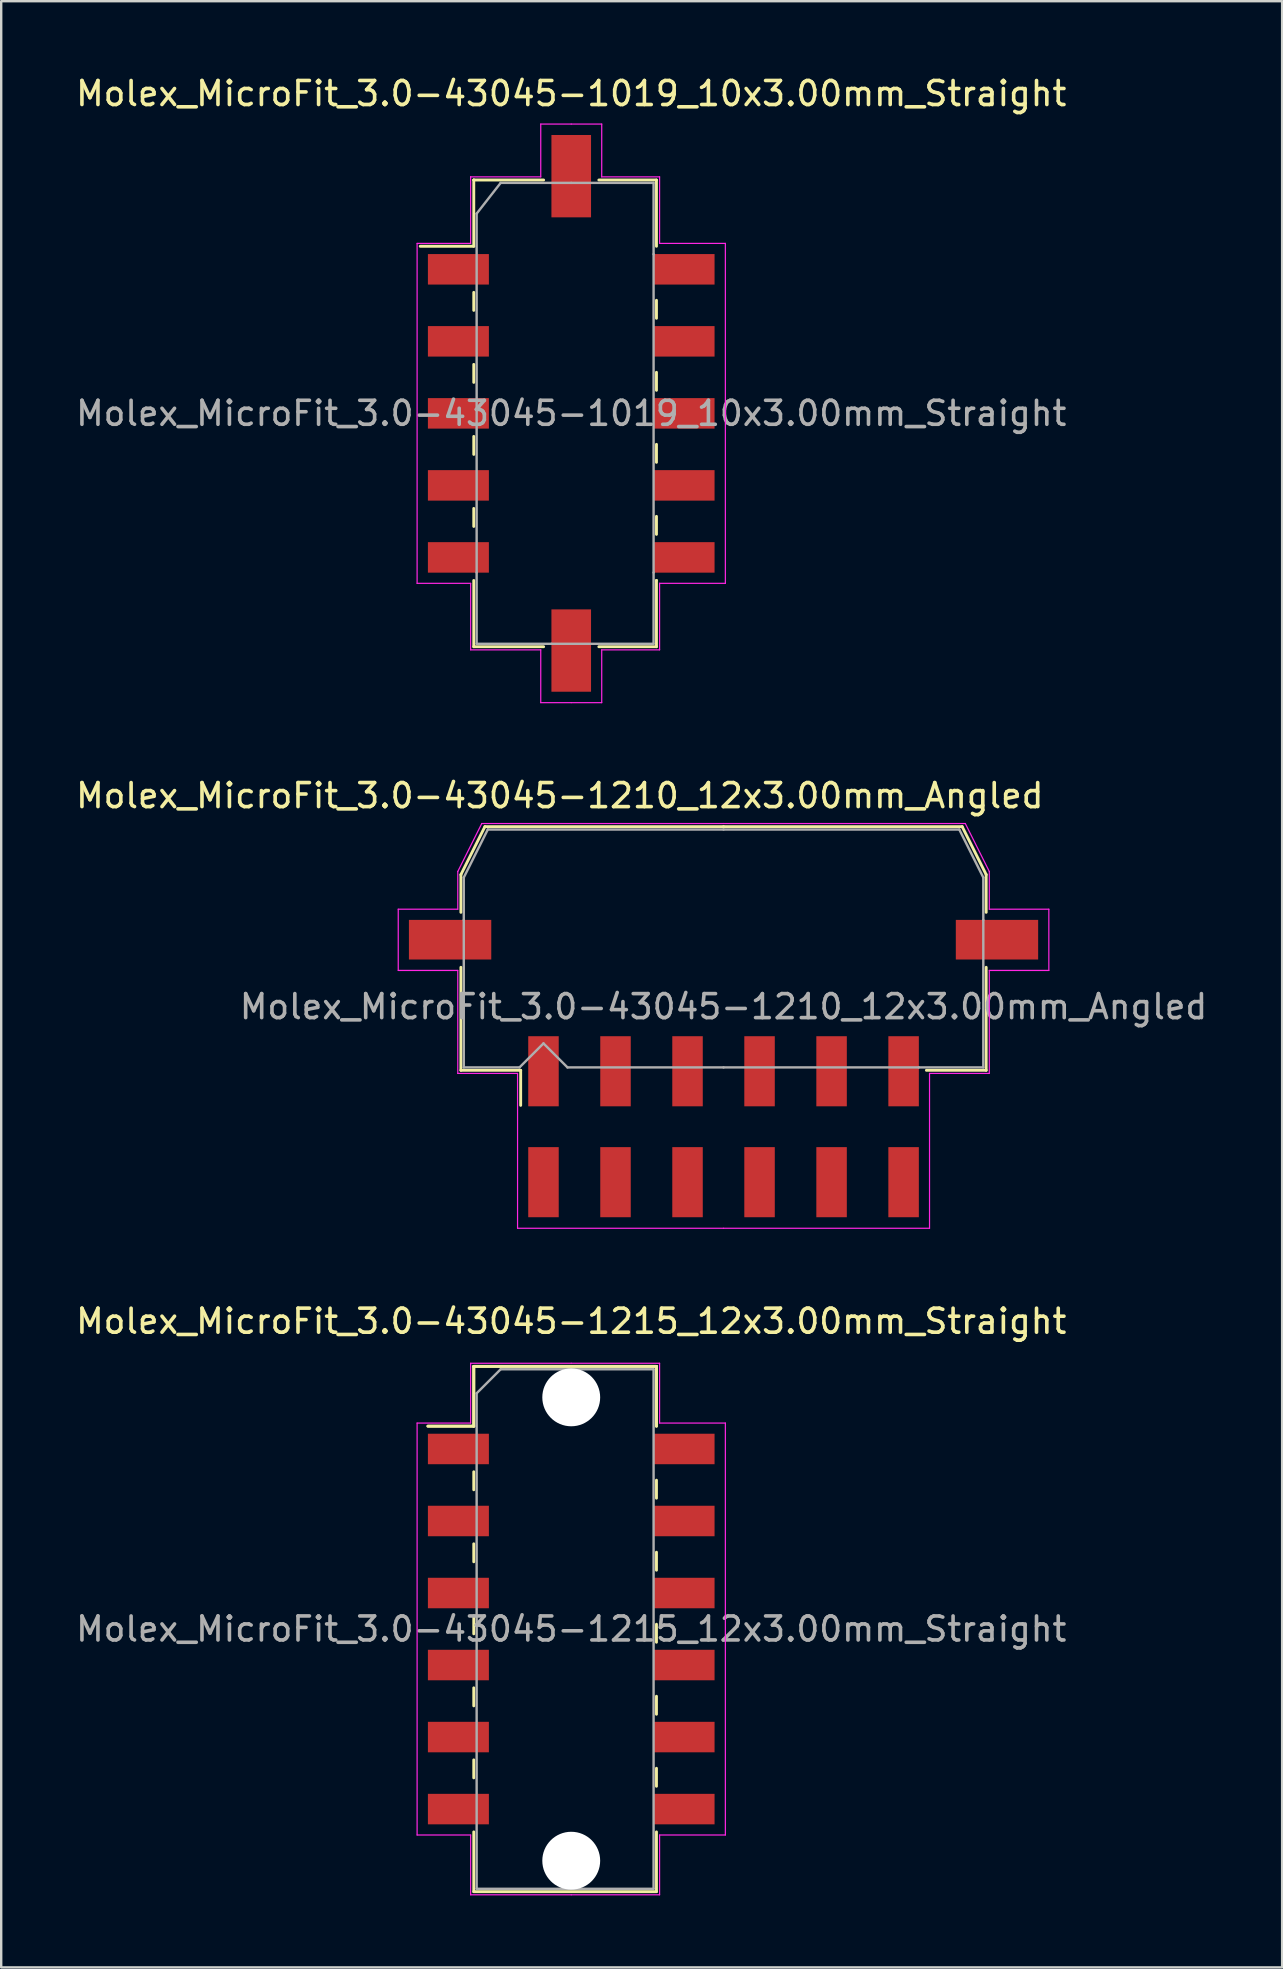
<source format=kicad_pcb>
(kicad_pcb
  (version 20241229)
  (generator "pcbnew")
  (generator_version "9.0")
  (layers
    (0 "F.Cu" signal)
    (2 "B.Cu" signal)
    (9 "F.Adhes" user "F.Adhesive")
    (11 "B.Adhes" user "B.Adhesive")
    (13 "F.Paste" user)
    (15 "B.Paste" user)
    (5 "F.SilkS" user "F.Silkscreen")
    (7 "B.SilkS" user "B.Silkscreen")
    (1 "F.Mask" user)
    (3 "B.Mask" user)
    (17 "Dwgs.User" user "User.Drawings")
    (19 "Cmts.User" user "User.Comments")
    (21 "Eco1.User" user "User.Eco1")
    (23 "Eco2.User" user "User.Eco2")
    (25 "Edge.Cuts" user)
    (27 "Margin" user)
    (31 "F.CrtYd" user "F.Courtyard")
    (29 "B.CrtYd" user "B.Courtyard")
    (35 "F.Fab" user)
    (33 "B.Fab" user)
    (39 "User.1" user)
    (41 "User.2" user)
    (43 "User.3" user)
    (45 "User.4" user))
  (footprint "Molex_MicroFit_3.0-43045-1210_12x3.00mm_Angled"
    (layer "F.Cu")
    (at 27.088 43.882)
    (property "Reference" "Molex_MicroFit_3.0-43045-1210_12x3.00mm_Angled" (at -6.82 -13.79 0) (layer "F.SilkS") (effects (font (size 1 1) (thickness 0.15))))
    (attr smd)
    (fp_line (start -10.94 -10.5) (end -10.94 -8.93) (stroke (width 0.12) (type solid)) (layer "F.SilkS"))
    (fp_line (start -10.94 -6.64) (end -10.94 -2.35) (stroke (width 0.12) (type solid)) (layer "F.SilkS"))
    (fp_line (start -10.94 -2.35) (end -8.45 -2.35) (stroke (width 0.12) (type solid)) (layer "F.SilkS"))
    (fp_line (start -9.94 -12.5) (end -10.94 -10.5) (stroke (width 0.12) (type solid)) (layer "F.SilkS"))
    (fp_line (start -8.45 -2.35) (end -8.45 -0.89) (stroke (width 0.12) (type solid)) (layer "F.SilkS"))
    (fp_line (start 0 -12.5) (end -9.94 -12.5) (stroke (width 0.12) (type solid)) (layer "F.SilkS"))
    (fp_line (start 0 -12.5) (end 9.94 -12.5) (stroke (width 0.12) (type solid)) (layer "F.SilkS"))
    (fp_line (start 9.94 -12.5) (end 10.94 -10.5) (stroke (width 0.12) (type solid)) (layer "F.SilkS"))
    (fp_line (start 10.94 -10.5) (end 10.94 -8.93) (stroke (width 0.12) (type solid)) (layer "F.SilkS"))
    (fp_line (start 10.94 -6.64) (end 10.94 -2.35) (stroke (width 0.12) (type solid)) (layer "F.SilkS"))
    (fp_line (start 10.94 -2.35) (end 8.45 -2.35) (stroke (width 0.12) (type solid)) (layer "F.SilkS"))
    (fp_line (start -13.55 -9.06) (end -13.55 -6.51) (stroke (width 0.05) (type solid)) (layer "F.CrtYd"))
    (fp_line (start -13.55 -6.51) (end -11.07 -6.51) (stroke (width 0.05) (type solid)) (layer "F.CrtYd"))
    (fp_line (start -11.07 -10.63) (end -11.07 -9.06) (stroke (width 0.05) (type solid)) (layer "F.CrtYd"))
    (fp_line (start -11.07 -9.06) (end -13.55 -9.06) (stroke (width 0.05) (type solid)) (layer "F.CrtYd"))
    (fp_line (start -11.07 -6.51) (end -11.07 -2.22) (stroke (width 0.05) (type solid)) (layer "F.CrtYd"))
    (fp_line (start -11.07 -2.22) (end -8.58 -2.22) (stroke (width 0.05) (type solid)) (layer "F.CrtYd"))
    (fp_line (start -10.07 -12.63) (end -11.07 -10.63) (stroke (width 0.05) (type solid)) (layer "F.CrtYd"))
    (fp_line (start -8.58 -2.22) (end -8.58 4.23) (stroke (width 0.05) (type solid)) (layer "F.CrtYd"))
    (fp_line (start -8.58 4.23) (end 0 4.23) (stroke (width 0.05) (type solid)) (layer "F.CrtYd"))
    (fp_line (start 0 -12.63) (end -10.07 -12.63) (stroke (width 0.05) (type solid)) (layer "F.CrtYd"))
    (fp_line (start 0 -12.63) (end 10.07 -12.63) (stroke (width 0.05) (type solid)) (layer "F.CrtYd"))
    (fp_line (start 8.58 -2.22) (end 8.58 4.23) (stroke (width 0.05) (type solid)) (layer "F.CrtYd"))
    (fp_line (start 8.58 4.23) (end 0 4.23) (stroke (width 0.05) (type solid)) (layer "F.CrtYd"))
    (fp_line (start 10.07 -12.63) (end 11.07 -10.63) (stroke (width 0.05) (type solid)) (layer "F.CrtYd"))
    (fp_line (start 11.07 -10.63) (end 11.07 -9.06) (stroke (width 0.05) (type solid)) (layer "F.CrtYd"))
    (fp_line (start 11.07 -9.06) (end 13.55 -9.06) (stroke (width 0.05) (type solid)) (layer "F.CrtYd"))
    (fp_line (start 11.07 -6.51) (end 11.07 -2.22) (stroke (width 0.05) (type solid)) (layer "F.CrtYd"))
    (fp_line (start 11.07 -2.22) (end 8.58 -2.22) (stroke (width 0.05) (type solid)) (layer "F.CrtYd"))
    (fp_line (start 13.55 -9.06) (end 13.55 -6.51) (stroke (width 0.05) (type solid)) (layer "F.CrtYd"))
    (fp_line (start 13.55 -6.51) (end 11.07 -6.51) (stroke (width 0.05) (type solid)) (layer "F.CrtYd"))
    (fp_line (start -10.82 -10.38) (end -10.82 -8.61) (stroke (width 0.1) (type solid)) (layer "F.Fab"))
    (fp_line (start -10.82 -8.61) (end -10.82 -2.47) (stroke (width 0.1) (type solid)) (layer "F.Fab"))
    (fp_line (start -10.82 -2.47) (end -8.5 -2.47) (stroke (width 0.1) (type solid)) (layer "F.Fab"))
    (fp_line (start -9.82 -12.38) (end -10.82 -10.38) (stroke (width 0.1) (type solid)) (layer "F.Fab"))
    (fp_line (start -8.5 -2.47) (end -7.5 -3.47) (stroke (width 0.1) (type solid)) (layer "F.Fab"))
    (fp_line (start -7.5 -3.47) (end -6.5 -2.47) (stroke (width 0.1) (type solid)) (layer "F.Fab"))
    (fp_line (start -6.5 -2.47) (end 0 -2.47) (stroke (width 0.1) (type solid)) (layer "F.Fab"))
    (fp_line (start 0 -12.38) (end -9.82 -12.38) (stroke (width 0.1) (type solid)) (layer "F.Fab"))
    (fp_line (start 0 -12.38) (end 9.82 -12.38) (stroke (width 0.1) (type solid)) (layer "F.Fab"))
    (fp_line (start 8.13 -2.47) (end 0 -2.47) (stroke (width 0.1) (type solid)) (layer "F.Fab"))
    (fp_line (start 9.82 -12.38) (end 10.82 -10.38) (stroke (width 0.1) (type solid)) (layer "F.Fab"))
    (fp_line (start 10.82 -10.38) (end 10.82 -8.61) (stroke (width 0.1) (type solid)) (layer "F.Fab"))
    (fp_line (start 10.82 -8.61) (end 10.82 -2.47) (stroke (width 0.1) (type solid)) (layer "F.Fab"))
    (fp_line (start 10.82 -2.47) (end 8.13 -2.47) (stroke (width 0.1) (type solid)) (layer "F.Fab"))
    (fp_text user "${REFERENCE}" (at 0 -5 0) (layer "F.Fab") (effects (font (size 1 1) (thickness 0.15))))
    (pad "" smd rect (at -11.39 -7.79) (size 3.43 1.65) (layers "F.Cu" "F.Mask" "F.Paste"))
    (pad "" smd rect (at 11.39 -7.79) (size 3.43 1.65) (layers "F.Cu" "F.Mask" "F.Paste"))
    (pad "1" smd rect (at -7.5 -2.31) (size 1.27 2.92) (layers "F.Cu" "F.Mask" "F.Paste"))
    (pad "2" smd rect (at -4.5 -2.31) (size 1.27 2.92) (layers "F.Cu" "F.Mask" "F.Paste"))
    (pad "3" smd rect (at -1.5 -2.31) (size 1.27 2.92) (layers "F.Cu" "F.Mask" "F.Paste"))
    (pad "4" smd rect (at 1.5 -2.31) (size 1.27 2.92) (layers "F.Cu" "F.Mask" "F.Paste"))
    (pad "5" smd rect (at 4.5 -2.31) (size 1.27 2.92) (layers "F.Cu" "F.Mask" "F.Paste"))
    (pad "6" smd rect (at 7.5 -2.31) (size 1.27 2.92) (layers "F.Cu" "F.Mask" "F.Paste"))
    (pad "7" smd rect (at 7.5 2.31) (size 1.27 2.92) (layers "F.Cu" "F.Mask" "F.Paste"))
    (pad "8" smd rect (at 4.5 2.31) (size 1.27 2.92) (layers "F.Cu" "F.Mask" "F.Paste"))
    (pad "9" smd rect (at 1.5 2.31) (size 1.27 2.92) (layers "F.Cu" "F.Mask" "F.Paste"))
    (pad "10" smd rect (at -1.5 2.31) (size 1.27 2.92) (layers "F.Cu" "F.Mask" "F.Paste"))
    (pad "11" smd rect (at -4.5 2.31) (size 1.27 2.92) (layers "F.Cu" "F.Mask" "F.Paste"))
    (pad "12" smd rect (at -7.5 2.31) (size 1.27 2.92) (layers "F.Cu" "F.Mask" "F.Paste")))
  (footprint "Molex_MicroFit_3.0-43045-1215_12x3.00mm_Straight"
    (layer "F.Cu")
    (at 20.744 64.805)
    (property "Reference" "Molex_MicroFit_3.0-43045-1215_12x3.00mm_Straight" (at 0 -12.82 0) (layer "F.SilkS") (effects (font (size 1 1) (thickness 0.15))))
    (attr smd)
    (fp_line (start -5.97 -8.45) (end -4.06 -8.45) (stroke (width 0.12) (type solid)) (layer "F.SilkS"))
    (fp_line (start -5.97 -8.45) (end -4.06 -8.45) (stroke (width 0.12) (type solid)) (layer "F.SilkS"))
    (fp_line (start -4.06 -10.94) (end 3.55 -10.94) (stroke (width 0.12) (type solid)) (layer "F.SilkS"))
    (fp_line (start -4.06 -10.94) (end 3.55 -10.94) (stroke (width 0.12) (type solid)) (layer "F.SilkS"))
    (fp_line (start -4.06 -8.45) (end -4.06 -10.94) (stroke (width 0.12) (type solid)) (layer "F.SilkS"))
    (fp_line (start -4.06 -8.45) (end -4.06 -10.94) (stroke (width 0.12) (type solid)) (layer "F.SilkS"))
    (fp_line (start -4.06 -6.55) (end -4.06 -5.8) (stroke (width 0.12) (type solid)) (layer "F.SilkS"))
    (fp_line (start -4.06 -3.55) (end -4.06 -2.8) (stroke (width 0.12) (type solid)) (layer "F.SilkS"))
    (fp_line (start -4.06 -0.55) (end -4.06 0.2) (stroke (width 0.12) (type solid)) (layer "F.SilkS"))
    (fp_line (start -4.06 2.45) (end -4.06 3.2) (stroke (width 0.12) (type solid)) (layer "F.SilkS"))
    (fp_line (start -4.06 5.45) (end -4.06 6.2) (stroke (width 0.12) (type solid)) (layer "F.SilkS"))
    (fp_line (start -4.06 10.94) (end -4.06 8.45) (stroke (width 0.12) (type solid)) (layer "F.SilkS"))
    (fp_line (start 3.55 -10.94) (end 3.55 -8.45) (stroke (width 0.12) (type solid)) (layer "F.SilkS"))
    (fp_line (start 3.55 -10.94) (end 3.55 -8.45) (stroke (width 0.12) (type solid)) (layer "F.SilkS"))
    (fp_line (start 3.55 -5.45) (end 3.55 -6.2) (stroke (width 0.12) (type solid)) (layer "F.SilkS"))
    (fp_line (start 3.55 -2.45) (end 3.55 -3.2) (stroke (width 0.12) (type solid)) (layer "F.SilkS"))
    (fp_line (start 3.55 0.55) (end 3.55 -0.2) (stroke (width 0.12) (type solid)) (layer "F.SilkS"))
    (fp_line (start 3.55 3.55) (end 3.55 2.8) (stroke (width 0.12) (type solid)) (layer "F.SilkS"))
    (fp_line (start 3.55 6.55) (end 3.55 5.8) (stroke (width 0.12) (type solid)) (layer "F.SilkS"))
    (fp_line (start 3.55 8.45) (end 3.55 10.94) (stroke (width 0.12) (type solid)) (layer "F.SilkS"))
    (fp_line (start 3.55 10.94) (end -4.06 10.94) (stroke (width 0.12) (type solid)) (layer "F.SilkS"))
    (fp_line (start -6.42 -8.58) (end -4.19 -8.58) (stroke (width 0.05) (type solid)) (layer "F.CrtYd"))
    (fp_line (start -6.42 8.58) (end -6.42 -8.58) (stroke (width 0.05) (type solid)) (layer "F.CrtYd"))
    (fp_line (start -4.19 -11.07) (end 0 -11.07) (stroke (width 0.05) (type solid)) (layer "F.CrtYd"))
    (fp_line (start -4.19 -8.58) (end -4.19 -11.07) (stroke (width 0.05) (type solid)) (layer "F.CrtYd"))
    (fp_line (start -4.19 8.58) (end -6.42 8.58) (stroke (width 0.05) (type solid)) (layer "F.CrtYd"))
    (fp_line (start -4.19 11.07) (end -4.19 8.58) (stroke (width 0.05) (type solid)) (layer "F.CrtYd"))
    (fp_line (start 0 -11.07) (end 3.68 -11.07) (stroke (width 0.05) (type solid)) (layer "F.CrtYd"))
    (fp_line (start 0 11.07) (end -4.19 11.07) (stroke (width 0.05) (type solid)) (layer "F.CrtYd"))
    (fp_line (start 3.68 -11.07) (end 3.68 -8.58) (stroke (width 0.05) (type solid)) (layer "F.CrtYd"))
    (fp_line (start 3.68 -8.58) (end 6.42 -8.58) (stroke (width 0.05) (type solid)) (layer "F.CrtYd"))
    (fp_line (start 3.68 8.58) (end 3.68 11.07) (stroke (width 0.05) (type solid)) (layer "F.CrtYd"))
    (fp_line (start 3.68 11.07) (end 0 11.07) (stroke (width 0.05) (type solid)) (layer "F.CrtYd"))
    (fp_line (start 6.42 -8.58) (end 6.42 8.58) (stroke (width 0.05) (type solid)) (layer "F.CrtYd"))
    (fp_line (start 6.42 8.58) (end 3.68 8.58) (stroke (width 0.05) (type solid)) (layer "F.CrtYd"))
    (fp_line (start -3.94 -9.82) (end -2.94 -10.82) (stroke (width 0.1) (type solid)) (layer "F.Fab"))
    (fp_line (start -3.94 10.82) (end -3.94 -9.82) (stroke (width 0.1) (type solid)) (layer "F.Fab"))
    (fp_line (start -2.94 -10.82) (end 0 -10.82) (stroke (width 0.1) (type solid)) (layer "F.Fab"))
    (fp_line (start 0 -10.82) (end 3.43 -10.82) (stroke (width 0.1) (type solid)) (layer "F.Fab"))
    (fp_line (start 0 10.82) (end -3.94 10.82) (stroke (width 0.1) (type solid)) (layer "F.Fab"))
    (fp_line (start 3.43 -10.82) (end 3.43 10.82) (stroke (width 0.1) (type solid)) (layer "F.Fab"))
    (fp_line (start 3.43 10.82) (end 0 10.82) (stroke (width 0.1) (type solid)) (layer "F.Fab"))
    (fp_text user "${REFERENCE}" (at 0 0 0) (layer "F.Fab") (effects (font (size 1 1) (thickness 0.15))))
    (pad "" np_thru_hole circle (at 0 -9.65) (size 2.41 2.41) (drill 2.41) (layers "*.Cu"))
    (pad "" np_thru_hole circle (at 0 9.65) (size 2.41 2.41) (drill 2.41) (layers "*.Cu"))
    (pad "1" smd rect (at -4.7 -7.5) (size 2.54 1.27) (layers "F.Cu" "F.Mask" "F.Paste"))
    (pad "2" smd rect (at -4.7 -4.5) (size 2.54 1.27) (layers "F.Cu" "F.Mask" "F.Paste"))
    (pad "3" smd rect (at -4.7 -1.5) (size 2.54 1.27) (layers "F.Cu" "F.Mask" "F.Paste"))
    (pad "4" smd rect (at -4.7 1.5) (size 2.54 1.27) (layers "F.Cu" "F.Mask" "F.Paste"))
    (pad "5" smd rect (at -4.7 4.5) (size 2.54 1.27) (layers "F.Cu" "F.Mask" "F.Paste"))
    (pad "6" smd rect (at -4.7 7.5) (size 2.54 1.27) (layers "F.Cu" "F.Mask" "F.Paste"))
    (pad "7" smd rect (at 4.7 7.5) (size 2.54 1.27) (layers "F.Cu" "F.Mask" "F.Paste"))
    (pad "8" smd rect (at 4.7 4.5) (size 2.54 1.27) (layers "F.Cu" "F.Mask" "F.Paste"))
    (pad "9" smd rect (at 4.7 1.5) (size 2.54 1.27) (layers "F.Cu" "F.Mask" "F.Paste"))
    (pad "10" smd rect (at 4.7 -1.5) (size 2.54 1.27) (layers "F.Cu" "F.Mask" "F.Paste"))
    (pad "11" smd rect (at 4.7 -4.5) (size 2.54 1.27) (layers "F.Cu" "F.Mask" "F.Paste"))
    (pad "12" smd rect (at 4.7 -7.5) (size 2.54 1.27) (layers "F.Cu" "F.Mask" "F.Paste")))
  (footprint "Molex_MicroFit_3.0-43045-1019_10x3.00mm_Straight"
    (layer "F.Cu")
    (at 20.744 14.168)
    (property "Reference" "Molex_MicroFit_3.0-43045-1019_10x3.00mm_Straight" (at 0 -13.32 0) (layer "F.SilkS") (effects (font (size 1 1) (thickness 0.15))))
    (attr smd)
    (fp_line (start -6.29 -6.96) (end -4.06 -6.96) (stroke (width 0.12) (type solid)) (layer "F.SilkS"))
    (fp_line (start -4.06 -9.72) (end -4.06 -9.72) (stroke (width 0.12) (type solid)) (layer "F.SilkS"))
    (fp_line (start -4.06 -9.72) (end -1.15 -9.72) (stroke (width 0.12) (type solid)) (layer "F.SilkS"))
    (fp_line (start -4.06 -6.96) (end -4.06 -9.72) (stroke (width 0.12) (type solid)) (layer "F.SilkS"))
    (fp_line (start -4.06 -5.04) (end -4.06 -4.29) (stroke (width 0.12) (type solid)) (layer "F.SilkS"))
    (fp_line (start -4.06 -2.04) (end -4.06 -1.29) (stroke (width 0.12) (type solid)) (layer "F.SilkS"))
    (fp_line (start -4.06 0.96) (end -4.06 1.71) (stroke (width 0.12) (type solid)) (layer "F.SilkS"))
    (fp_line (start -4.06 3.96) (end -4.06 4.71) (stroke (width 0.12) (type solid)) (layer "F.SilkS"))
    (fp_line (start -4.06 9.72) (end -4.06 6.96) (stroke (width 0.12) (type solid)) (layer "F.SilkS"))
    (fp_line (start -1.15 9.72) (end -4.06 9.72) (stroke (width 0.12) (type solid)) (layer "F.SilkS"))
    (fp_line (start 1.15 -9.72) (end 3.55 -9.72) (stroke (width 0.12) (type solid)) (layer "F.SilkS"))
    (fp_line (start 3.55 -9.72) (end 3.55 -6.96) (stroke (width 0.12) (type solid)) (layer "F.SilkS"))
    (fp_line (start 3.55 -3.96) (end 3.55 -4.71) (stroke (width 0.12) (type solid)) (layer "F.SilkS"))
    (fp_line (start 3.55 -0.96) (end 3.55 -1.71) (stroke (width 0.12) (type solid)) (layer "F.SilkS"))
    (fp_line (start 3.55 2.04) (end 3.55 1.29) (stroke (width 0.12) (type solid)) (layer "F.SilkS"))
    (fp_line (start 3.55 5.04) (end 3.55 4.29) (stroke (width 0.12) (type solid)) (layer "F.SilkS"))
    (fp_line (start 3.55 6.96) (end 3.55 6.96) (stroke (width 0.12) (type solid)) (layer "F.SilkS"))
    (fp_line (start 3.55 6.96) (end 3.55 9.72) (stroke (width 0.12) (type solid)) (layer "F.SilkS"))
    (fp_line (start 3.55 9.72) (end 1.15 9.72) (stroke (width 0.12) (type solid)) (layer "F.SilkS"))
    (fp_line (start -6.42 -7.08) (end -4.19 -7.08) (stroke (width 0.05) (type solid)) (layer "F.CrtYd"))
    (fp_line (start -6.42 7.08) (end -6.42 -7.08) (stroke (width 0.05) (type solid)) (layer "F.CrtYd"))
    (fp_line (start -4.19 -9.85) (end -4.19 -9.85) (stroke (width 0.05) (type solid)) (layer "F.CrtYd"))
    (fp_line (start -4.19 -9.85) (end -1.27 -9.85) (stroke (width 0.05) (type solid)) (layer "F.CrtYd"))
    (fp_line (start -4.19 -7.08) (end -4.19 -9.85) (stroke (width 0.05) (type solid)) (layer "F.CrtYd"))
    (fp_line (start -4.19 7.08) (end -6.42 7.08) (stroke (width 0.05) (type solid)) (layer "F.CrtYd"))
    (fp_line (start -4.19 9.85) (end -4.19 7.08) (stroke (width 0.05) (type solid)) (layer "F.CrtYd"))
    (fp_line (start -1.27 -12.05) (end 0 -12.05) (stroke (width 0.05) (type solid)) (layer "F.CrtYd"))
    (fp_line (start -1.27 -9.85) (end -1.27 -12.05) (stroke (width 0.05) (type solid)) (layer "F.CrtYd"))
    (fp_line (start -1.27 9.85) (end -4.19 9.85) (stroke (width 0.05) (type solid)) (layer "F.CrtYd"))
    (fp_line (start -1.27 12.05) (end -1.27 9.85) (stroke (width 0.05) (type solid)) (layer "F.CrtYd"))
    (fp_line (start 0 -12.05) (end 1.27 -12.05) (stroke (width 0.05) (type solid)) (layer "F.CrtYd"))
    (fp_line (start 0 12.05) (end -1.27 12.05) (stroke (width 0.05) (type solid)) (layer "F.CrtYd"))
    (fp_line (start 1.27 -12.05) (end 1.27 -9.85) (stroke (width 0.05) (type solid)) (layer "F.CrtYd"))
    (fp_line (start 1.27 -9.85) (end 3.68 -9.85) (stroke (width 0.05) (type solid)) (layer "F.CrtYd"))
    (fp_line (start 1.27 9.85) (end 1.27 12.05) (stroke (width 0.05) (type solid)) (layer "F.CrtYd"))
    (fp_line (start 1.27 12.05) (end 0 12.05) (stroke (width 0.05) (type solid)) (layer "F.CrtYd"))
    (fp_line (start 3.68 -9.85) (end 3.68 -7.08) (stroke (width 0.05) (type solid)) (layer "F.CrtYd"))
    (fp_line (start 3.68 -7.08) (end 6.42 -7.08) (stroke (width 0.05) (type solid)) (layer "F.CrtYd"))
    (fp_line (start 3.68 7.08) (end 3.68 7.08) (stroke (width 0.05) (type solid)) (layer "F.CrtYd"))
    (fp_line (start 3.68 7.08) (end 3.68 9.85) (stroke (width 0.05) (type solid)) (layer "F.CrtYd"))
    (fp_line (start 3.68 9.85) (end 1.27 9.85) (stroke (width 0.05) (type solid)) (layer "F.CrtYd"))
    (fp_line (start 6.42 -7.08) (end 6.42 7.08) (stroke (width 0.05) (type solid)) (layer "F.CrtYd"))
    (fp_line (start 6.42 7.08) (end 3.68 7.08) (stroke (width 0.05) (type solid)) (layer "F.CrtYd"))
    (fp_line (start -3.94 -8.32) (end -2.94 -9.6) (stroke (width 0.1) (type solid)) (layer "F.Fab"))
    (fp_line (start -3.94 6.63) (end -3.94 -8.32) (stroke (width 0.1) (type solid)) (layer "F.Fab"))
    (fp_line (start -3.94 9.6) (end -3.94 6.63) (stroke (width 0.1) (type solid)) (layer "F.Fab"))
    (fp_line (start -2.94 -9.6) (end 0 -9.6) (stroke (width 0.1) (type solid)) (layer "F.Fab"))
    (fp_line (start -0.82 9.6) (end -3.94 9.6) (stroke (width 0.1) (type solid)) (layer "F.Fab"))
    (fp_line (start 0 -9.6) (end 3.43 -9.6) (stroke (width 0.1) (type solid)) (layer "F.Fab"))
    (fp_line (start 3.43 -9.6) (end 3.43 -6.63) (stroke (width 0.1) (type solid)) (layer "F.Fab"))
    (fp_line (start 3.43 -6.63) (end 3.43 6.63) (stroke (width 0.1) (type solid)) (layer "F.Fab"))
    (fp_line (start 3.43 6.63) (end 3.43 9.6) (stroke (width 0.1) (type solid)) (layer "F.Fab"))
    (fp_line (start 3.43 9.6) (end -0.82 9.6) (stroke (width 0.1) (type solid)) (layer "F.Fab"))
    (fp_text user "${REFERENCE}" (at 0 0 0) (layer "F.Fab") (effects (font (size 1 1) (thickness 0.15))))
    (pad "" smd rect (at 0 -9.88) (size 1.65 3.43) (layers "F.Cu" "F.Mask" "F.Paste"))
    (pad "" smd rect (at 0 9.88) (size 1.65 3.43) (layers "F.Cu" "F.Mask" "F.Paste"))
    (pad "1" smd rect (at -4.7 -6) (size 2.54 1.27) (layers "F.Cu" "F.Mask" "F.Paste"))
    (pad "2" smd rect (at -4.7 -3) (size 2.54 1.27) (layers "F.Cu" "F.Mask" "F.Paste"))
    (pad "3" smd rect (at -4.7 0) (size 2.54 1.27) (layers "F.Cu" "F.Mask" "F.Paste"))
    (pad "4" smd rect (at -4.7 3) (size 2.54 1.27) (layers "F.Cu" "F.Mask" "F.Paste"))
    (pad "5" smd rect (at -4.7 6) (size 2.54 1.27) (layers "F.Cu" "F.Mask" "F.Paste"))
    (pad "6" smd rect (at 4.7 6) (size 2.54 1.27) (layers "F.Cu" "F.Mask" "F.Paste"))
    (pad "7" smd rect (at 4.7 3) (size 2.54 1.27) (layers "F.Cu" "F.Mask" "F.Paste"))
    (pad "8" smd rect (at 4.7 0) (size 2.54 1.27) (layers "F.Cu" "F.Mask" "F.Paste"))
    (pad "9" smd rect (at 4.7 -3) (size 2.54 1.27) (layers "F.Cu" "F.Mask" "F.Paste"))
    (pad "10" smd rect (at 4.7 -6) (size 2.54 1.27) (layers "F.Cu" "F.Mask" "F.Paste")))
  (gr_rect
    (start -3 -3)
    (end 50.356 78.9)
    (stroke (width 0.1) (type default))
    (fill no)
    (layer "Edge.Cuts")))
</source>
